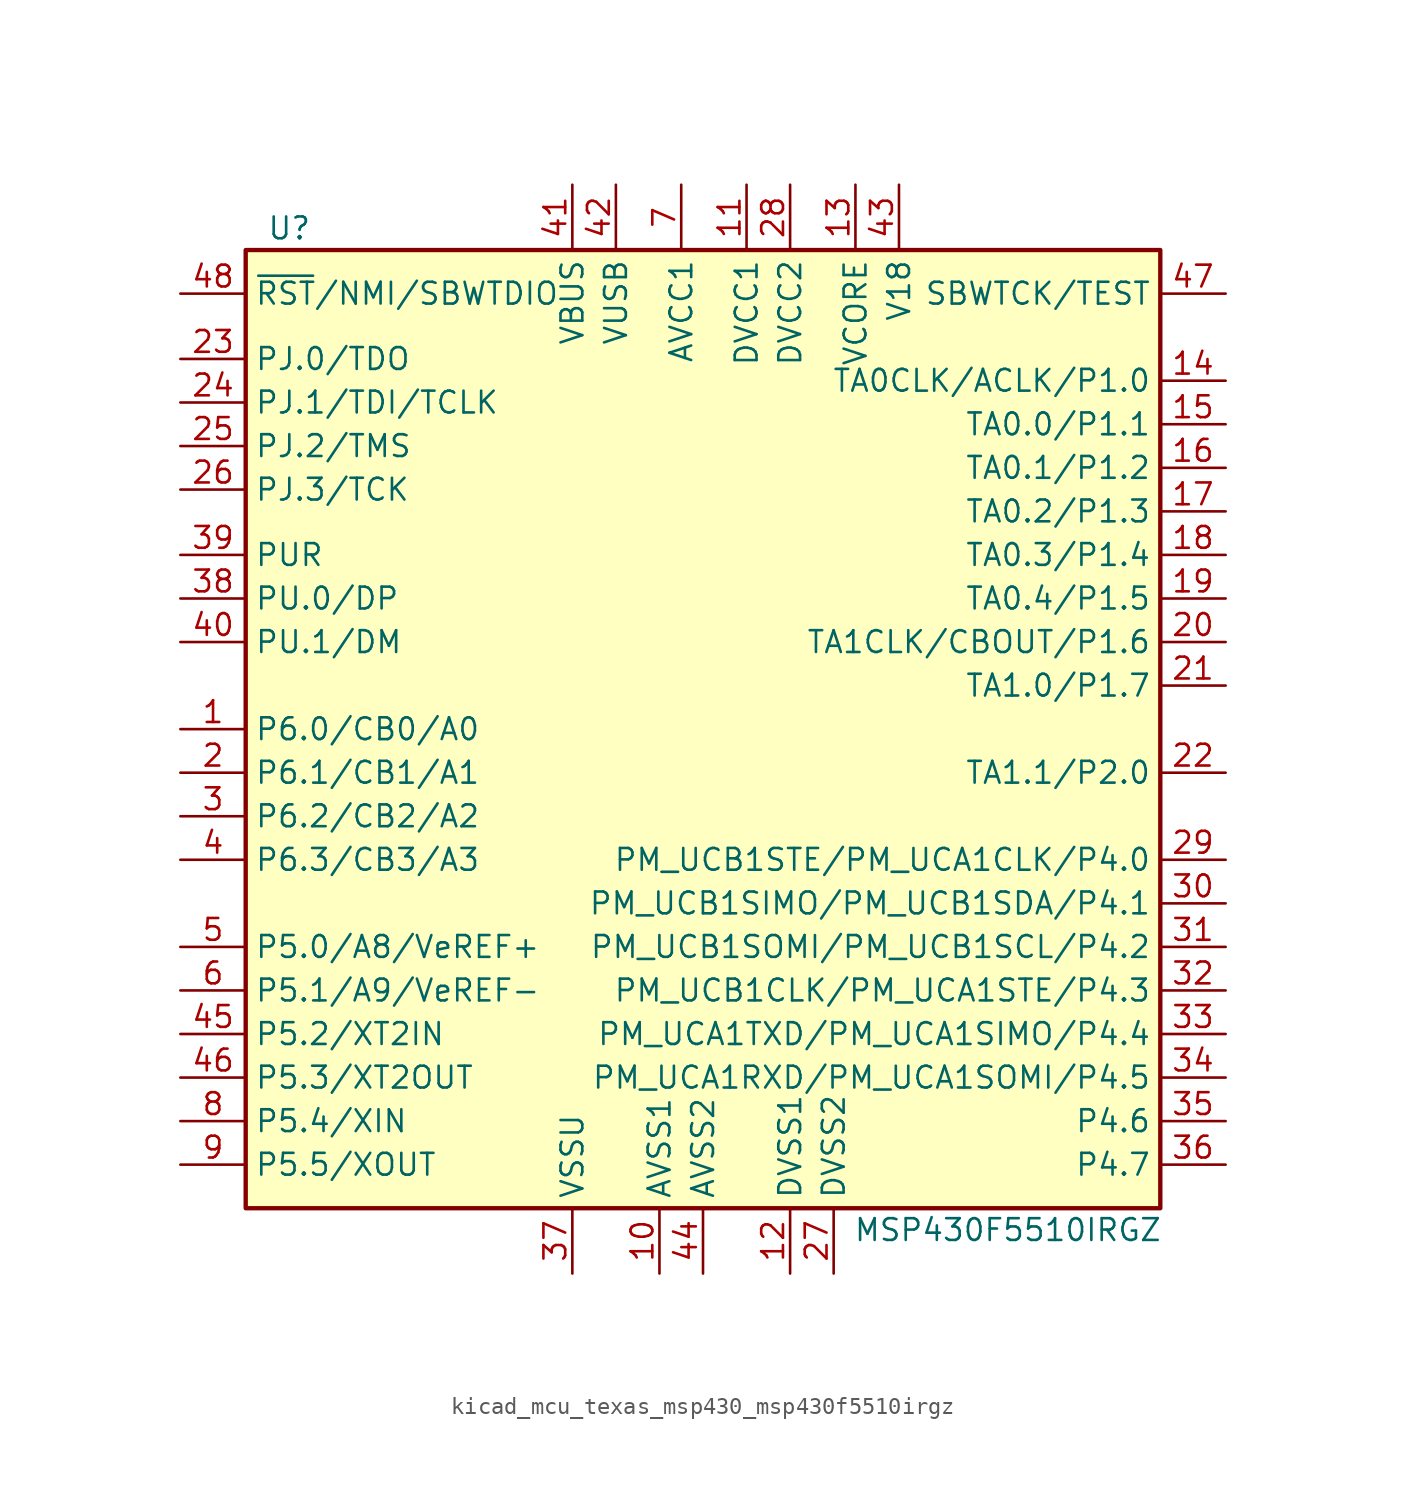
<source format=kicad_sym>
(kicad_symbol_lib
  (version 20220914)
  (generator kicad_symbol_editor)
  (symbol "kicad_mcu_texas_msp430_msp430f5510irgz"
    (property "Reference" "U"
      (at -22.86 29.21 0)
      (effects (font (size 1.27 1.27))))
    (property "Value" "MSP430F5510IRGZ"
      (at 19.05 -29.21 0)
      (effects (font (size 1.27 1.27))))
    (symbol "kicad_mcu_texas_msp430_msp430f5510irgz_0_1"
      (rectangle (start -25.4 27.94) (end 27.94 -27.94) (stroke (width 0.254) (type default)) (fill (type background))))
    (symbol "kicad_mcu_texas_msp430_msp430f5510irgz_1_1"
      (pin bidirectional line (at -29.21 0 0) (length 3.81) (name "P6.0/CB0/A0" (effects (font (size 1.27 1.27)))) (number "1" (effects (font (size 1.27 1.27)))))
      (pin power_in line (at -1.27 -31.75 90) (length 3.81) (name "AVSS1" (effects (font (size 1.27 1.27)))) (number "10" (effects (font (size 1.27 1.27)))))
      (pin power_in line (at 3.81 31.75 270) (length 3.81) (name "DVCC1" (effects (font (size 1.27 1.27)))) (number "11" (effects (font (size 1.27 1.27)))))
      (pin power_in line (at 6.35 -31.75 90) (length 3.81) (name "DVSS1" (effects (font (size 1.27 1.27)))) (number "12" (effects (font (size 1.27 1.27)))))
      (pin passive line (at 10.16 31.75 270) (length 3.81) (name "VCORE" (effects (font (size 1.27 1.27)))) (number "13" (effects (font (size 1.27 1.27)))))
      (pin bidirectional line (at 31.75 20.32 180) (length 3.81) (name "TA0CLK/ACLK/P1.0" (effects (font (size 1.27 1.27)))) (number "14" (effects (font (size 1.27 1.27)))))
      (pin bidirectional line (at 31.75 17.78 180) (length 3.81) (name "TA0.0/P1.1" (effects (font (size 1.27 1.27)))) (number "15" (effects (font (size 1.27 1.27)))))
      (pin bidirectional line (at 31.75 15.24 180) (length 3.81) (name "TA0.1/P1.2" (effects (font (size 1.27 1.27)))) (number "16" (effects (font (size 1.27 1.27)))))
      (pin bidirectional line (at 31.75 12.7 180) (length 3.81) (name "TA0.2/P1.3" (effects (font (size 1.27 1.27)))) (number "17" (effects (font (size 1.27 1.27)))))
      (pin bidirectional line (at 31.75 10.16 180) (length 3.81) (name "TA0.3/P1.4" (effects (font (size 1.27 1.27)))) (number "18" (effects (font (size 1.27 1.27)))))
      (pin bidirectional line (at 31.75 7.62 180) (length 3.81) (name "TA0.4/P1.5" (effects (font (size 1.27 1.27)))) (number "19" (effects (font (size 1.27 1.27)))))
      (pin bidirectional line (at -29.21 -2.54 0) (length 3.81) (name "P6.1/CB1/A1" (effects (font (size 1.27 1.27)))) (number "2" (effects (font (size 1.27 1.27)))))
      (pin bidirectional line (at 31.75 5.08 180) (length 3.81) (name "TA1CLK/CBOUT/P1.6" (effects (font (size 1.27 1.27)))) (number "20" (effects (font (size 1.27 1.27)))))
      (pin bidirectional line (at 31.75 2.54 180) (length 3.81) (name "TA1.0/P1.7" (effects (font (size 1.27 1.27)))) (number "21" (effects (font (size 1.27 1.27)))))
      (pin bidirectional line (at 31.75 -2.54 180) (length 3.81) (name "TA1.1/P2.0" (effects (font (size 1.27 1.27)))) (number "22" (effects (font (size 1.27 1.27)))))
      (pin bidirectional line (at -29.21 21.59 0) (length 3.81) (name "PJ.0/TDO" (effects (font (size 1.27 1.27)))) (number "23" (effects (font (size 1.27 1.27)))))
      (pin bidirectional line (at -29.21 19.05 0) (length 3.81) (name "PJ.1/TDI/TCLK" (effects (font (size 1.27 1.27)))) (number "24" (effects (font (size 1.27 1.27)))))
      (pin bidirectional line (at -29.21 16.51 0) (length 3.81) (name "PJ.2/TMS" (effects (font (size 1.27 1.27)))) (number "25" (effects (font (size 1.27 1.27)))))
      (pin bidirectional line (at -29.21 13.97 0) (length 3.81) (name "PJ.3/TCK" (effects (font (size 1.27 1.27)))) (number "26" (effects (font (size 1.27 1.27)))))
      (pin power_in line (at 8.89 -31.75 90) (length 3.81) (name "DVSS2" (effects (font (size 1.27 1.27)))) (number "27" (effects (font (size 1.27 1.27)))))
      (pin power_in line (at 6.35 31.75 270) (length 3.81) (name "DVCC2" (effects (font (size 1.27 1.27)))) (number "28" (effects (font (size 1.27 1.27)))))
      (pin bidirectional line (at 31.75 -7.62 180) (length 3.81) (name "PM_UCB1STE/PM_UCA1CLK/P4.0" (effects (font (size 1.27 1.27)))) (number "29" (effects (font (size 1.27 1.27)))))
      (pin bidirectional line (at -29.21 -5.08 0) (length 3.81) (name "P6.2/CB2/A2" (effects (font (size 1.27 1.27)))) (number "3" (effects (font (size 1.27 1.27)))))
      (pin bidirectional line (at 31.75 -10.16 180) (length 3.81) (name "PM_UCB1SIMO/PM_UCB1SDA/P4.1" (effects (font (size 1.27 1.27)))) (number "30" (effects (font (size 1.27 1.27)))))
      (pin bidirectional line (at 31.75 -12.7 180) (length 3.81) (name "PM_UCB1SOMI/PM_UCB1SCL/P4.2" (effects (font (size 1.27 1.27)))) (number "31" (effects (font (size 1.27 1.27)))))
      (pin bidirectional line (at 31.75 -15.24 180) (length 3.81) (name "PM_UCB1CLK/PM_UCA1STE/P4.3" (effects (font (size 1.27 1.27)))) (number "32" (effects (font (size 1.27 1.27)))))
      (pin bidirectional line (at 31.75 -17.78 180) (length 3.81) (name "PM_UCA1TXD/PM_UCA1SIMO/P4.4" (effects (font (size 1.27 1.27)))) (number "33" (effects (font (size 1.27 1.27)))))
      (pin bidirectional line (at 31.75 -20.32 180) (length 3.81) (name "PM_UCA1RXD/PM_UCA1SOMI/P4.5" (effects (font (size 1.27 1.27)))) (number "34" (effects (font (size 1.27 1.27)))))
      (pin bidirectional line (at 31.75 -22.86 180) (length 3.81) (name "P4.6" (effects (font (size 1.27 1.27)))) (number "35" (effects (font (size 1.27 1.27)))))
      (pin bidirectional line (at 31.75 -25.4 180) (length 3.81) (name "P4.7" (effects (font (size 1.27 1.27)))) (number "36" (effects (font (size 1.27 1.27)))))
      (pin power_in line (at -6.35 -31.75 90) (length 3.81) (name "VSSU" (effects (font (size 1.27 1.27)))) (number "37" (effects (font (size 1.27 1.27)))))
      (pin bidirectional line (at -29.21 7.62 0) (length 3.81) (name "PU.0/DP" (effects (font (size 1.27 1.27)))) (number "38" (effects (font (size 1.27 1.27)))))
      (pin bidirectional line (at -29.21 10.16 0) (length 3.81) (name "PUR" (effects (font (size 1.27 1.27)))) (number "39" (effects (font (size 1.27 1.27)))))
      (pin bidirectional line (at -29.21 -7.62 0) (length 3.81) (name "P6.3/CB3/A3" (effects (font (size 1.27 1.27)))) (number "4" (effects (font (size 1.27 1.27)))))
      (pin bidirectional line (at -29.21 5.08 0) (length 3.81) (name "PU.1/DM" (effects (font (size 1.27 1.27)))) (number "40" (effects (font (size 1.27 1.27)))))
      (pin power_in line (at -6.35 31.75 270) (length 3.81) (name "VBUS" (effects (font (size 1.27 1.27)))) (number "41" (effects (font (size 1.27 1.27)))))
      (pin power_out line (at -3.81 31.75 270) (length 3.81) (name "VUSB" (effects (font (size 1.27 1.27)))) (number "42" (effects (font (size 1.27 1.27)))))
      (pin passive line (at 12.7 31.75 270) (length 3.81) (name "V18" (effects (font (size 1.27 1.27)))) (number "43" (effects (font (size 1.27 1.27)))))
      (pin power_in line (at 1.27 -31.75 90) (length 3.81) (name "AVSS2" (effects (font (size 1.27 1.27)))) (number "44" (effects (font (size 1.27 1.27)))))
      (pin bidirectional line (at -29.21 -17.78 0) (length 3.81) (name "P5.2/XT2IN" (effects (font (size 1.27 1.27)))) (number "45" (effects (font (size 1.27 1.27)))))
      (pin bidirectional line (at -29.21 -20.32 0) (length 3.81) (name "P5.3/XT2OUT" (effects (font (size 1.27 1.27)))) (number "46" (effects (font (size 1.27 1.27)))))
      (pin input line (at 31.75 25.4 180) (length 3.81) (name "SBWTCK/TEST" (effects (font (size 1.27 1.27)))) (number "47" (effects (font (size 1.27 1.27)))))
      (pin input line (at -29.21 25.4 0) (length 3.81) (name "~{RST}/NMI/SBWTDIO" (effects (font (size 1.27 1.27)))) (number "48" (effects (font (size 1.27 1.27)))))
      (pin bidirectional line (at -29.21 -12.7 0) (length 3.81) (name "P5.0/A8/VeREF+" (effects (font (size 1.27 1.27)))) (number "5" (effects (font (size 1.27 1.27)))))
      (pin bidirectional line (at -29.21 -15.24 0) (length 3.81) (name "P5.1/A9/VeREF-" (effects (font (size 1.27 1.27)))) (number "6" (effects (font (size 1.27 1.27)))))
      (pin power_in line (at 0 31.75 270) (length 3.81) (name "AVCC1" (effects (font (size 1.27 1.27)))) (number "7" (effects (font (size 1.27 1.27)))))
      (pin bidirectional line (at -29.21 -22.86 0) (length 3.81) (name "P5.4/XIN" (effects (font (size 1.27 1.27)))) (number "8" (effects (font (size 1.27 1.27)))))
      (pin bidirectional line (at -29.21 -25.4 0) (length 3.81) (name "P5.5/XOUT" (effects (font (size 1.27 1.27)))) (number "9" (effects (font (size 1.27 1.27))))))))
</source>
